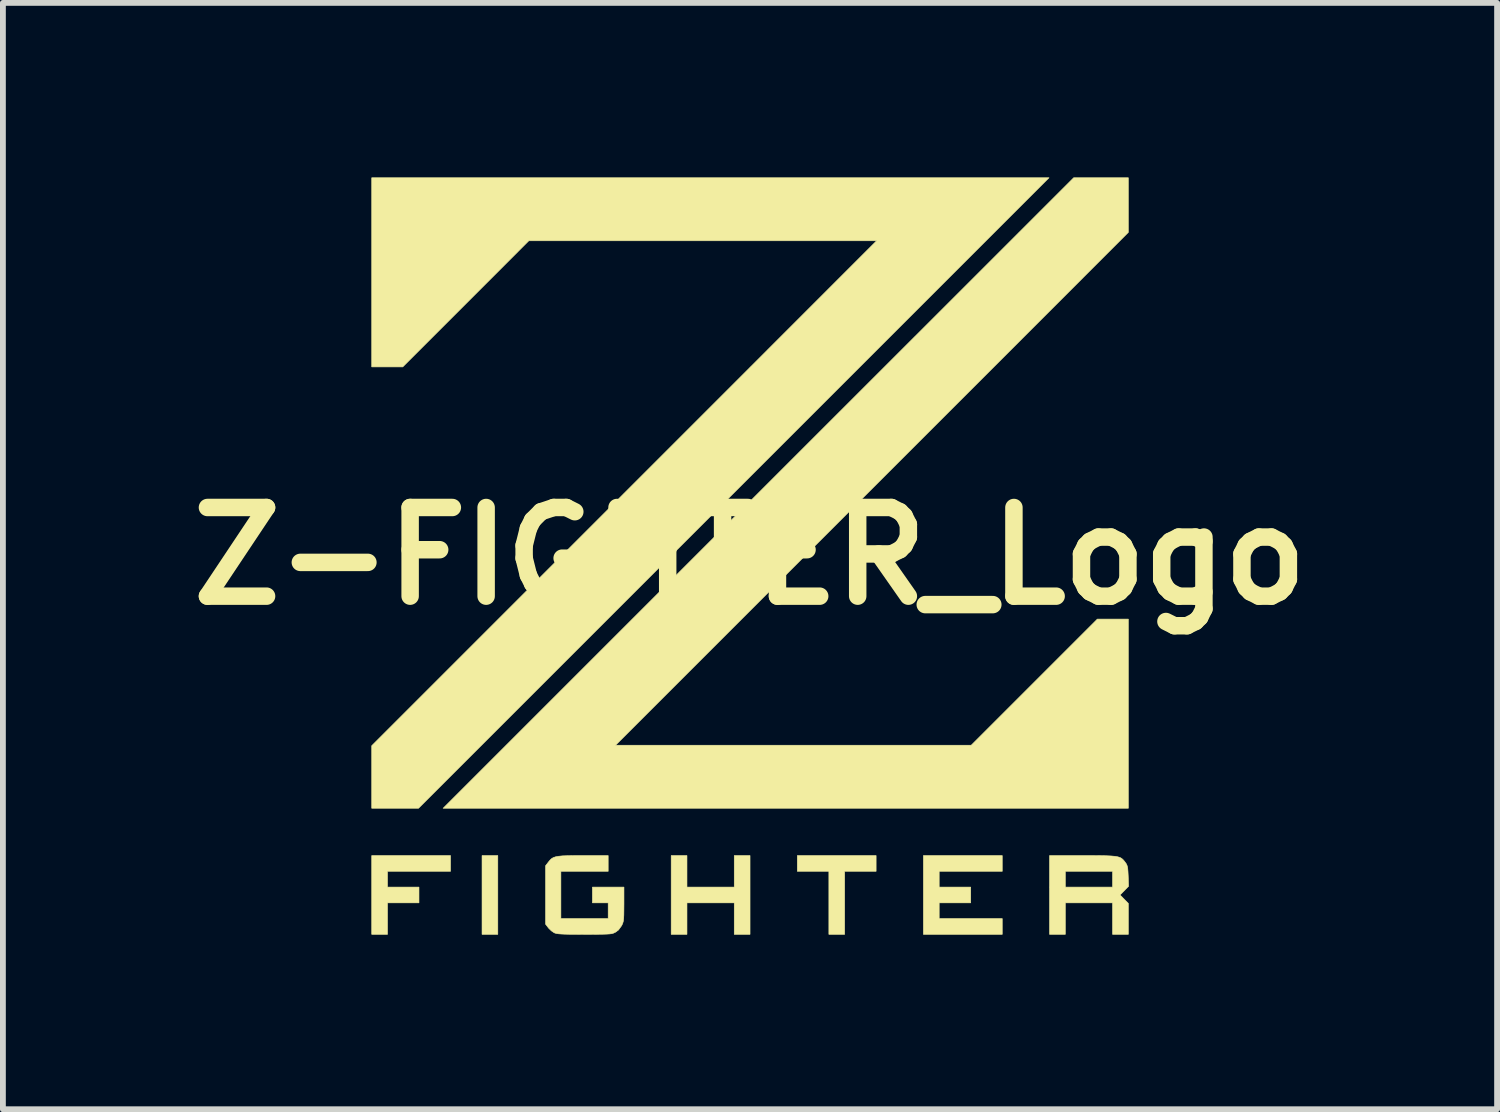
<source format=kicad_pcb>
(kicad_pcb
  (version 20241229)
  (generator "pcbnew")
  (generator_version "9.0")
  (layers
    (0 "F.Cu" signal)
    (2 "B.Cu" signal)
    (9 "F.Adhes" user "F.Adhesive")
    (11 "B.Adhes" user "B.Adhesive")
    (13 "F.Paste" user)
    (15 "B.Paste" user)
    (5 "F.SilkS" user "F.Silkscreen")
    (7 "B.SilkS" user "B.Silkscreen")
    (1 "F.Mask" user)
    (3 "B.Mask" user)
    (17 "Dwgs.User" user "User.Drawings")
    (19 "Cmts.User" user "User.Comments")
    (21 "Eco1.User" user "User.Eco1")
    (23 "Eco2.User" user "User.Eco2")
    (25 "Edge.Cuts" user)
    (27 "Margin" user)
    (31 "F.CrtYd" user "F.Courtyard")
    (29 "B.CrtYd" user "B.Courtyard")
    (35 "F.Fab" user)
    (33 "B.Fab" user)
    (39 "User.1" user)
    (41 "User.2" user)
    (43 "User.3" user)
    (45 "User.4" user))
  (footprint "Z-FIGHTER_Logo"
    (layer "F.Cu")
    (at 9.841 6.507)
    (property "Reference" "Z-FIGHTER_Logo" (at 0 0 0) (layer "F.SilkS") (effects (font (size 1.524 1.524) (thickness 0.3))))
    (attr through_hole)
    (fp_poly (pts (xy -4.335 6.502) (xy -4.606 6.502) (xy -4.606 5.148) (xy -4.335 5.148) (xy -4.335 6.502)) (stroke (width 0.01) (type solid)) (fill yes) (layer "F.SilkS"))
    (fp_poly (pts (xy 2.167 5.419) (xy 1.626 5.419) (xy 1.626 6.502) (xy 1.355 6.502) (xy 1.355 5.419) (xy 0.813 5.419) (xy 0.813 5.148) (xy 2.167 5.148) (xy 2.167 5.419)) (stroke (width 0.01) (type solid)) (fill yes) (layer "F.SilkS"))
    (fp_poly (pts (xy -5.148 5.419) (xy -6.231 5.419) (xy -6.231 5.69) (xy -5.69 5.69) (xy -5.69 5.961) (xy -6.231 5.961) (xy -6.231 6.502) (xy -6.502 6.502) (xy -6.502 5.148) (xy -5.148 5.148) (xy -5.148 5.419)) (stroke (width 0.01) (type solid)) (fill yes) (layer "F.SilkS"))
    (fp_poly (pts (xy -5.698 4.335) (xy -6.502 4.335) (xy -6.502 3.26) (xy -2.163 -1.079) (xy 2.176 -5.419) (xy -3.802 -5.419) (xy -4.885 -4.335) (xy -5.969 -3.251) (xy -6.502 -3.251) (xy -6.502 -6.502) (xy 5.139 -6.502) (xy -5.698 4.335)) (stroke (width 0.01) (type solid)) (fill yes) (layer "F.SilkS"))
    (fp_poly (pts (xy 6.502 -5.563) (xy 2.096 -1.156) (xy -2.311 3.251) (xy 3.802 3.251) (xy 5.969 1.084) (xy 6.502 1.084) (xy 6.502 4.335) (xy -5.275 4.335) (xy 0.144 -1.084) (xy 5.563 -6.502) (xy 6.502 -6.502) (xy 6.502 -5.563)) (stroke (width 0.01) (type solid)) (fill yes) (layer "F.SilkS"))
    (fp_poly (pts (xy -1.084 5.69) (xy -0.271 5.69) (xy -0.271 5.148) (xy 0 5.148) (xy 0 6.502) (xy -0.271 6.502) (xy -0.271 5.961) (xy -1.084 5.961) (xy -1.084 6.502) (xy -1.355 6.502) (xy -1.355 5.148) (xy -1.084 5.148) (xy -1.084 5.69)) (stroke (width 0.01) (type solid)) (fill yes) (layer "F.SilkS"))
    (fp_poly (pts (xy 4.335 5.419) (xy 3.251 5.419) (xy 3.251 5.69) (xy 3.793 5.69) (xy 3.793 5.961) (xy 3.251 5.961) (xy 3.251 6.231) (xy 4.335 6.231) (xy 4.335 6.502) (xy 2.98 6.502) (xy 2.98 5.148) (xy 4.335 5.148) (xy 4.335 5.419)) (stroke (width 0.01) (type solid)) (fill yes) (layer "F.SilkS"))
    (fp_poly (pts (xy 5.881 5.148) (xy 6.016 5.149) (xy 6.124 5.151) (xy 6.208 5.155) (xy 6.274 5.161) (xy 6.323 5.17) (xy 6.361 5.182) (xy 6.39 5.199) (xy 6.413 5.22) (xy 6.436 5.247) (xy 6.448 5.263) (xy 6.469 5.293) (xy 6.482 5.324) (xy 6.491 5.363) (xy 6.496 5.421) (xy 6.5 5.499) (xy 6.506 5.676) (xy 6.36 5.825) (xy 6.431 5.898) (xy 6.502 5.97) (xy 6.502 6.502) (xy 6.231 6.502) (xy 6.231 5.961) (xy 5.419 5.961) (xy 5.419 6.502) (xy 5.148 6.502) (xy 5.148 5.419) (xy 5.419 5.419) (xy 5.419 5.69) (xy 6.231 5.69) (xy 6.231 5.419) (xy 5.419 5.419) (xy 5.148 5.419) (xy 5.148 5.148) (xy 5.717 5.148) (xy 5.881 5.148)) (stroke (width 0.01) (type solid)) (fill yes) (layer "F.SilkS"))
    (fp_poly (pts (xy -2.438 5.419) (xy -3.251 5.419) (xy -3.251 6.231) (xy -2.438 6.231) (xy -2.438 5.961) (xy -2.709 5.961) (xy -2.709 5.69) (xy -2.167 5.69) (xy -2.167 5.982) (xy -2.168 6.09) (xy -2.169 6.17) (xy -2.172 6.229) (xy -2.177 6.272) (xy -2.186 6.305) (xy -2.198 6.334) (xy -2.206 6.351) (xy -2.261 6.427) (xy -2.311 6.464) (xy -2.333 6.475) (xy -2.354 6.484) (xy -2.381 6.491) (xy -2.417 6.495) (xy -2.466 6.498) (xy -2.532 6.5) (xy -2.621 6.501) (xy -2.736 6.502) (xy -2.845 6.502) (xy -2.987 6.501) (xy -3.099 6.501) (xy -3.185 6.499) (xy -3.25 6.496) (xy -3.298 6.492) (xy -3.332 6.486) (xy -3.356 6.479) (xy -3.367 6.474) (xy -3.414 6.442) (xy -3.46 6.397) (xy -3.468 6.387) (xy -3.514 6.327) (xy -3.514 5.323) (xy -3.468 5.263) (xy -3.441 5.23) (xy -3.415 5.204) (xy -3.384 5.184) (xy -3.345 5.17) (xy -3.292 5.16) (xy -3.223 5.153) (xy -3.133 5.15) (xy -3.018 5.148) (xy -2.872 5.148) (xy -2.872 5.148) (xy -2.438 5.148) (xy -2.438 5.419)) (stroke (width 0.01) (type solid)) (fill yes) (layer "F.SilkS")))
  (gr_rect
    (start -3 -3)
    (end 22.681 16.015)
    (stroke (width 0.1) (type default))
    (fill no)
    (layer "Edge.Cuts")))
</source>
